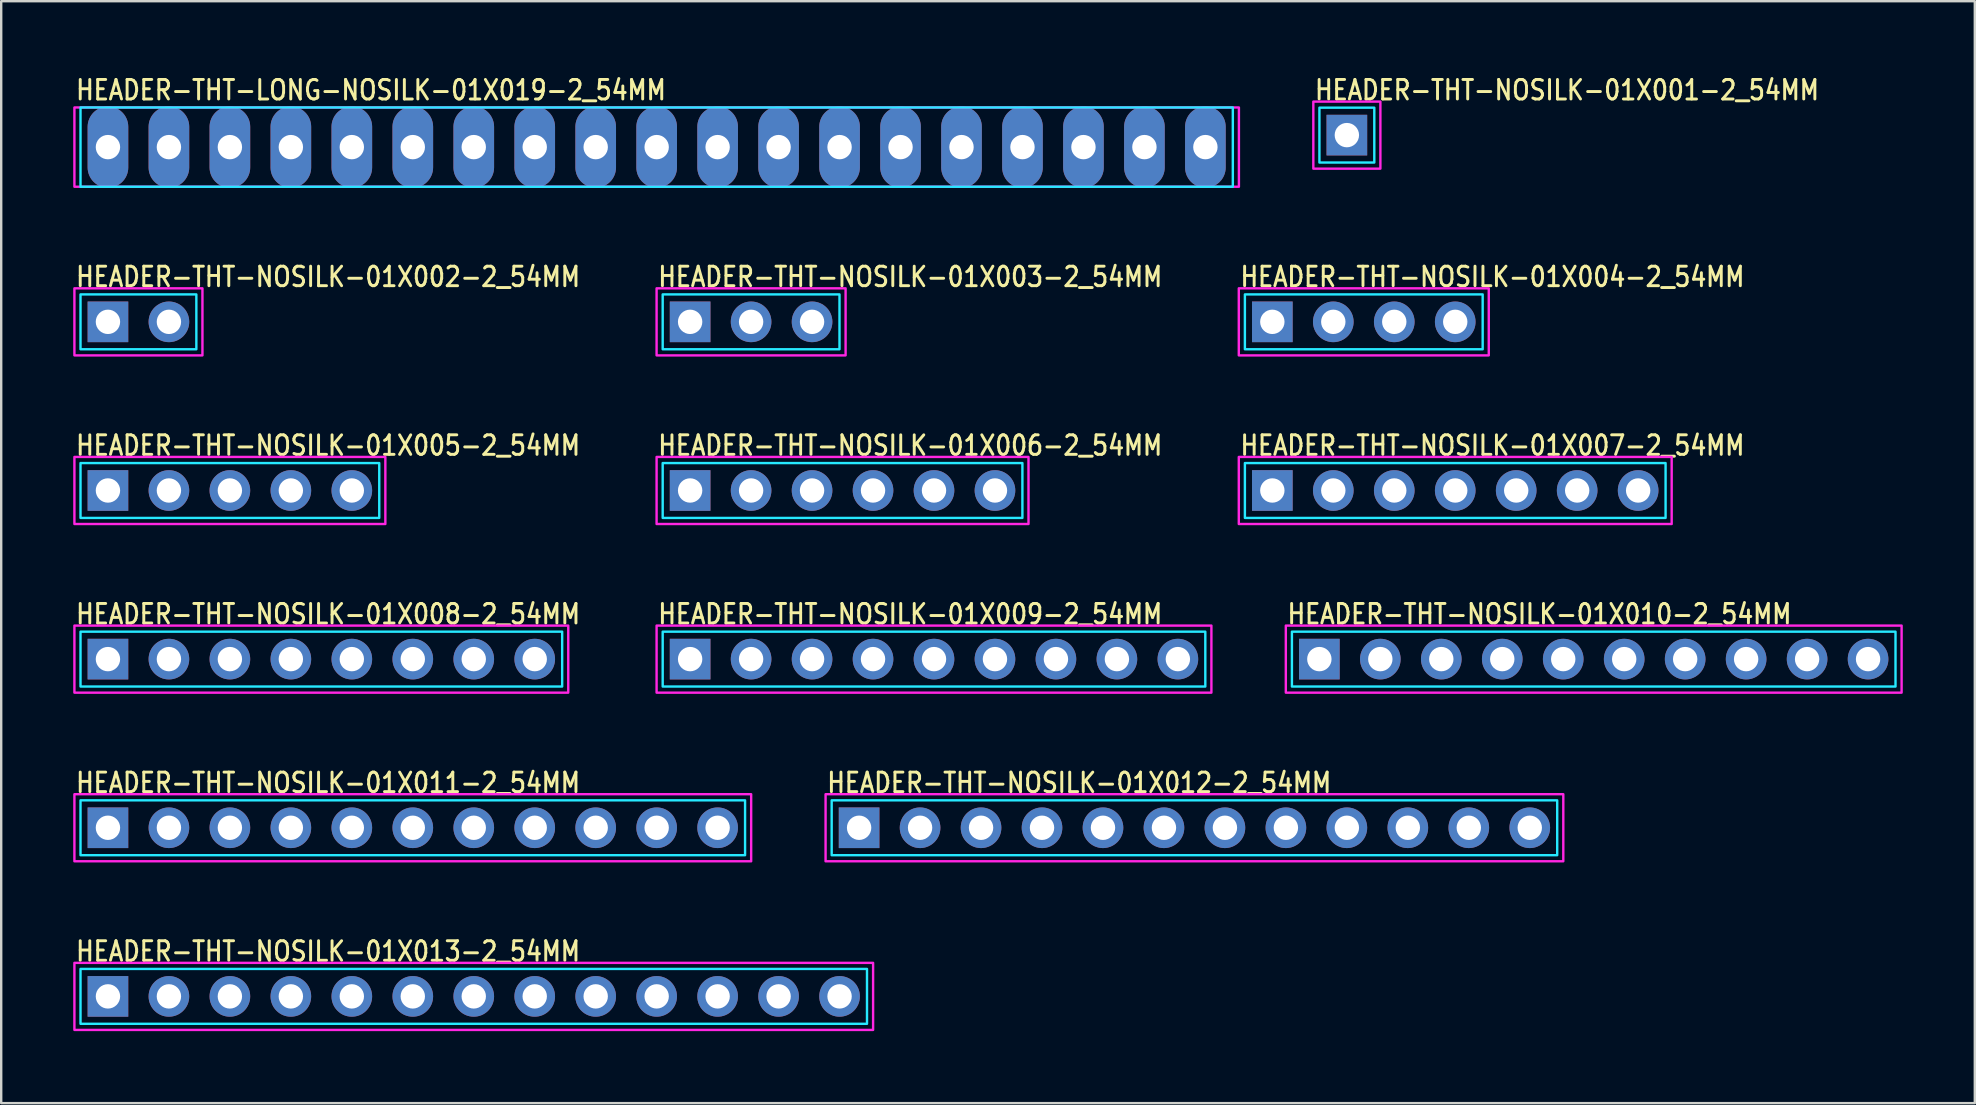
<source format=kicad_pcb>
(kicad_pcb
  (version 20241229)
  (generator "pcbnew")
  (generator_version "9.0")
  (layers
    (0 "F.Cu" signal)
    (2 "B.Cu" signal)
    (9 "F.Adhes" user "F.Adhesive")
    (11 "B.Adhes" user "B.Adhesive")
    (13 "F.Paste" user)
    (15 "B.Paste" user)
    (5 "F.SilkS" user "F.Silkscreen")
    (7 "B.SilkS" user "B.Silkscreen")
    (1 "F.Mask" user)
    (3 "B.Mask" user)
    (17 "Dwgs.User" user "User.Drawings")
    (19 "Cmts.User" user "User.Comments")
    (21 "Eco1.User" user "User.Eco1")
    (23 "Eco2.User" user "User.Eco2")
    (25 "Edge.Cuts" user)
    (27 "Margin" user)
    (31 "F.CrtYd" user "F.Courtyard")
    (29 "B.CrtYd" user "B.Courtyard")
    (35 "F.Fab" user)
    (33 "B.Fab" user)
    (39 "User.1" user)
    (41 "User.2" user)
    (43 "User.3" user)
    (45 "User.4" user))
  (footprint "HEADER-THT-NOSILK-01X004-2_54MM"
    (layer "F.Cu")
    (at 49.956 10.358)
    (property "Reference" "HEADER-THT-NOSILK-01X004-2_54MM" (at -1.4 -1.4 0) (unlocked yes) (layer "F.SilkS") (effects (font (size 0.813 0.695) (thickness 0.122)) (justify left bottom)))
    (fp_poly (pts (xy -1.143 -1.143) (xy 8.763 -1.143) (xy 8.763 1.143) (xy -1.143 1.143)) (stroke (width 0.1) (type solid)) (fill no) (layer "B.CrtYd"))
    (fp_poly (pts (xy -1.397 -1.397) (xy 9.017 -1.397) (xy 9.017 1.397) (xy -1.397 1.397)) (stroke (width 0.1) (type solid)) (fill no) (layer "F.CrtYd"))
    (pad "1" thru_hole rect (at 0 0) (size 1.693 1.693) (drill 1.016) (layers "*.Cu" "*.Mask"))
    (pad "2" thru_hole oval (at 2.54 0) (size 1.693 1.693) (drill 1.016) (layers "*.Cu" "*.Mask"))
    (pad "3" thru_hole oval (at 5.08 0) (size 1.693 1.693) (drill 1.016) (layers "*.Cu" "*.Mask"))
    (pad "4" thru_hole oval (at 7.62 0) (size 1.693 1.693) (drill 1.016) (layers "*.Cu" "*.Mask")))
  (footprint "HEADER-THT-NOSILK-01X001-2_54MM"
    (layer "F.Cu")
    (at 53.061 2.579)
    (property "Reference" "HEADER-THT-NOSILK-01X001-2_54MM" (at -1.4 -1.4 0) (unlocked yes) (layer "F.SilkS") (effects (font (size 0.813 0.695) (thickness 0.122)) (justify left bottom)))
    (fp_poly (pts (xy -1.143 -1.143) (xy 1.143 -1.143) (xy 1.143 1.143) (xy -1.143 1.143)) (stroke (width 0.1) (type solid)) (fill no) (layer "B.CrtYd"))
    (fp_poly (pts (xy -1.397 -1.397) (xy 1.397 -1.397) (xy 1.397 1.397) (xy -1.397 1.397)) (stroke (width 0.1) (type solid)) (fill no) (layer "F.CrtYd"))
    (pad "1" thru_hole rect (at 0 0) (size 1.693 1.693) (drill 1.016) (layers "*.Cu" "*.Mask")))
  (footprint "HEADER-THT-NOSILK-01X007-2_54MM"
    (layer "F.Cu")
    (at 49.956 17.384)
    (property "Reference" "HEADER-THT-NOSILK-01X007-2_54MM" (at -1.4 -1.4 0) (unlocked yes) (layer "F.SilkS") (effects (font (size 0.813 0.695) (thickness 0.122)) (justify left bottom)))
    (fp_poly (pts (xy -1.143 -1.143) (xy 16.383 -1.143) (xy 16.383 1.143) (xy -1.143 1.143)) (stroke (width 0.1) (type solid)) (fill no) (layer "B.CrtYd"))
    (fp_poly (pts (xy -1.397 -1.397) (xy 16.637 -1.397) (xy 16.637 1.397) (xy -1.397 1.397)) (stroke (width 0.1) (type solid)) (fill no) (layer "F.CrtYd"))
    (pad "1" thru_hole rect (at 0 0) (size 1.693 1.693) (drill 1.016) (layers "*.Cu" "*.Mask"))
    (pad "2" thru_hole oval (at 2.54 0) (size 1.693 1.693) (drill 1.016) (layers "*.Cu" "*.Mask"))
    (pad "3" thru_hole oval (at 5.08 0) (size 1.693 1.693) (drill 1.016) (layers "*.Cu" "*.Mask"))
    (pad "4" thru_hole oval (at 7.62 0) (size 1.693 1.693) (drill 1.016) (layers "*.Cu" "*.Mask"))
    (pad "5" thru_hole oval (at 10.16 0) (size 1.693 1.693) (drill 1.016) (layers "*.Cu" "*.Mask"))
    (pad "6" thru_hole oval (at 12.7 0) (size 1.693 1.693) (drill 1.016) (layers "*.Cu" "*.Mask"))
    (pad "7" thru_hole oval (at 15.24 0) (size 1.693 1.693) (drill 1.016) (layers "*.Cu" "*.Mask")))
  (footprint "HEADER-THT-NOSILK-01X009-2_54MM"
    (layer "F.Cu")
    (at 25.701 24.409)
    (property "Reference" "HEADER-THT-NOSILK-01X009-2_54MM" (at -1.4 -1.4 0) (unlocked yes) (layer "F.SilkS") (effects (font (size 0.813 0.695) (thickness 0.122)) (justify left bottom)))
    (fp_poly (pts (xy -1.143 -1.143) (xy 21.463 -1.143) (xy 21.463 1.143) (xy -1.143 1.143)) (stroke (width 0.1) (type solid)) (fill no) (layer "B.CrtYd"))
    (fp_poly (pts (xy -1.397 -1.397) (xy 21.717 -1.397) (xy 21.717 1.397) (xy -1.397 1.397)) (stroke (width 0.1) (type solid)) (fill no) (layer "F.CrtYd"))
    (pad "1" thru_hole rect (at 0 0) (size 1.693 1.693) (drill 1.016) (layers "*.Cu" "*.Mask"))
    (pad "2" thru_hole oval (at 2.54 0) (size 1.693 1.693) (drill 1.016) (layers "*.Cu" "*.Mask"))
    (pad "3" thru_hole oval (at 5.08 0) (size 1.693 1.693) (drill 1.016) (layers "*.Cu" "*.Mask"))
    (pad "4" thru_hole oval (at 7.62 0) (size 1.693 1.693) (drill 1.016) (layers "*.Cu" "*.Mask"))
    (pad "5" thru_hole oval (at 10.16 0) (size 1.693 1.693) (drill 1.016) (layers "*.Cu" "*.Mask"))
    (pad "6" thru_hole oval (at 12.7 0) (size 1.693 1.693) (drill 1.016) (layers "*.Cu" "*.Mask"))
    (pad "7" thru_hole oval (at 15.24 0) (size 1.693 1.693) (drill 1.016) (layers "*.Cu" "*.Mask"))
    (pad "8" thru_hole oval (at 17.78 0) (size 1.693 1.693) (drill 1.016) (layers "*.Cu" "*.Mask"))
    (pad "9" thru_hole oval (at 20.32 0) (size 1.693 1.693) (drill 1.016) (layers "*.Cu" "*.Mask")))
  (footprint "HEADER-THT-NOSILK-01X008-2_54MM"
    (layer "F.Cu")
    (at 1.447 24.409)
    (property "Reference" "HEADER-THT-NOSILK-01X008-2_54MM" (at -1.4 -1.4 0) (unlocked yes) (layer "F.SilkS") (effects (font (size 0.813 0.695) (thickness 0.122)) (justify left bottom)))
    (fp_poly (pts (xy -1.143 -1.143) (xy 18.923 -1.143) (xy 18.923 1.143) (xy -1.143 1.143)) (stroke (width 0.1) (type solid)) (fill no) (layer "B.CrtYd"))
    (fp_poly (pts (xy -1.397 -1.397) (xy 19.177 -1.397) (xy 19.177 1.397) (xy -1.397 1.397)) (stroke (width 0.1) (type solid)) (fill no) (layer "F.CrtYd"))
    (pad "P$1" thru_hole rect (at 0 0) (size 1.693 1.693) (drill 1.016) (layers "*.Cu" "*.Mask"))
    (pad "P$2" thru_hole oval (at 2.54 0) (size 1.693 1.693) (drill 1.016) (layers "*.Cu" "*.Mask"))
    (pad "P$3" thru_hole oval (at 5.08 0) (size 1.693 1.693) (drill 1.016) (layers "*.Cu" "*.Mask"))
    (pad "P$4" thru_hole oval (at 7.62 0) (size 1.693 1.693) (drill 1.016) (layers "*.Cu" "*.Mask"))
    (pad "P$5" thru_hole oval (at 10.16 0) (size 1.693 1.693) (drill 1.016) (layers "*.Cu" "*.Mask"))
    (pad "P$6" thru_hole oval (at 12.7 0) (size 1.693 1.693) (drill 1.016) (layers "*.Cu" "*.Mask"))
    (pad "P$7" thru_hole oval (at 15.24 0) (size 1.693 1.693) (drill 1.016) (layers "*.Cu" "*.Mask"))
    (pad "P$8" thru_hole oval (at 17.78 0) (size 1.693 1.693) (drill 1.016) (layers "*.Cu" "*.Mask")))
  (footprint "HEADER-THT-NOSILK-01X012-2_54MM"
    (layer "F.Cu")
    (at 32.741 31.435)
    (property "Reference" "HEADER-THT-NOSILK-01X012-2_54MM" (at -1.4 -1.4 0) (unlocked yes) (layer "F.SilkS") (effects (font (size 0.813 0.695) (thickness 0.122)) (justify left bottom)))
    (fp_poly (pts (xy -1.143 -1.143) (xy 29.083 -1.143) (xy 29.083 1.143) (xy -1.143 1.143)) (stroke (width 0.1) (type solid)) (fill no) (layer "B.CrtYd"))
    (fp_poly (pts (xy -1.397 -1.397) (xy 29.337 -1.397) (xy 29.337 1.397) (xy -1.397 1.397)) (stroke (width 0.1) (type solid)) (fill no) (layer "F.CrtYd"))
    (pad "1" thru_hole rect (at 0 0) (size 1.693 1.693) (drill 1.016) (layers "*.Cu" "*.Mask"))
    (pad "2" thru_hole oval (at 2.54 0) (size 1.693 1.693) (drill 1.016) (layers "*.Cu" "*.Mask"))
    (pad "3" thru_hole oval (at 5.08 0) (size 1.693 1.693) (drill 1.016) (layers "*.Cu" "*.Mask"))
    (pad "4" thru_hole oval (at 7.62 0) (size 1.693 1.693) (drill 1.016) (layers "*.Cu" "*.Mask"))
    (pad "5" thru_hole oval (at 10.16 0) (size 1.693 1.693) (drill 1.016) (layers "*.Cu" "*.Mask"))
    (pad "6" thru_hole oval (at 12.7 0) (size 1.693 1.693) (drill 1.016) (layers "*.Cu" "*.Mask"))
    (pad "7" thru_hole oval (at 15.24 0) (size 1.693 1.693) (drill 1.016) (layers "*.Cu" "*.Mask"))
    (pad "8" thru_hole oval (at 17.78 0) (size 1.693 1.693) (drill 1.016) (layers "*.Cu" "*.Mask"))
    (pad "9" thru_hole oval (at 20.32 0) (size 1.693 1.693) (drill 1.016) (layers "*.Cu" "*.Mask"))
    (pad "10" thru_hole oval (at 22.86 0) (size 1.693 1.693) (drill 1.016) (layers "*.Cu" "*.Mask"))
    (pad "11" thru_hole oval (at 25.4 0) (size 1.693 1.693) (drill 1.016) (layers "*.Cu" "*.Mask"))
    (pad "12" thru_hole oval (at 27.94 0) (size 1.693 1.693) (drill 1.016) (layers "*.Cu" "*.Mask")))
  (footprint "HEADER-THT-NOSILK-01X002-2_54MM"
    (layer "F.Cu")
    (at 1.447 10.358)
    (property "Reference" "HEADER-THT-NOSILK-01X002-2_54MM" (at -1.4 -1.4 0) (unlocked yes) (layer "F.SilkS") (effects (font (size 0.813 0.695) (thickness 0.122)) (justify left bottom)))
    (fp_poly (pts (xy -1.143 -1.143) (xy 3.683 -1.143) (xy 3.683 1.143) (xy -1.143 1.143)) (stroke (width 0.1) (type solid)) (fill no) (layer "B.CrtYd"))
    (fp_poly (pts (xy -1.397 -1.397) (xy 3.937 -1.397) (xy 3.937 1.397) (xy -1.397 1.397)) (stroke (width 0.1) (type solid)) (fill no) (layer "F.CrtYd"))
    (pad "1" thru_hole rect (at 0 0) (size 1.693 1.693) (drill 1.016) (layers "*.Cu" "*.Mask"))
    (pad "2" thru_hole oval (at 2.54 0) (size 1.693 1.693) (drill 1.016) (layers "*.Cu" "*.Mask")))
  (footprint "HEADER-THT-NOSILK-01X011-2_54MM"
    (layer "F.Cu")
    (at 1.447 31.435)
    (property "Reference" "HEADER-THT-NOSILK-01X011-2_54MM" (at -1.4 -1.4 0) (unlocked yes) (layer "F.SilkS") (effects (font (size 0.813 0.695) (thickness 0.122)) (justify left bottom)))
    (fp_poly (pts (xy -1.143 -1.143) (xy 26.543 -1.143) (xy 26.543 1.143) (xy -1.143 1.143)) (stroke (width 0.1) (type solid)) (fill no) (layer "B.CrtYd"))
    (fp_poly (pts (xy -1.397 -1.397) (xy 26.797 -1.397) (xy 26.797 1.397) (xy -1.397 1.397)) (stroke (width 0.1) (type solid)) (fill no) (layer "F.CrtYd"))
    (pad "1" thru_hole rect (at 0 0) (size 1.693 1.693) (drill 1.016) (layers "*.Cu" "*.Mask"))
    (pad "2" thru_hole oval (at 2.54 0) (size 1.693 1.693) (drill 1.016) (layers "*.Cu" "*.Mask"))
    (pad "3" thru_hole oval (at 5.08 0) (size 1.693 1.693) (drill 1.016) (layers "*.Cu" "*.Mask"))
    (pad "4" thru_hole oval (at 7.62 0) (size 1.693 1.693) (drill 1.016) (layers "*.Cu" "*.Mask"))
    (pad "5" thru_hole oval (at 10.16 0) (size 1.693 1.693) (drill 1.016) (layers "*.Cu" "*.Mask"))
    (pad "6" thru_hole oval (at 12.7 0) (size 1.693 1.693) (drill 1.016) (layers "*.Cu" "*.Mask"))
    (pad "7" thru_hole oval (at 15.24 0) (size 1.693 1.693) (drill 1.016) (layers "*.Cu" "*.Mask"))
    (pad "8" thru_hole oval (at 17.78 0) (size 1.693 1.693) (drill 1.016) (layers "*.Cu" "*.Mask"))
    (pad "9" thru_hole oval (at 20.32 0) (size 1.693 1.693) (drill 1.016) (layers "*.Cu" "*.Mask"))
    (pad "10" thru_hole oval (at 22.86 0) (size 1.693 1.693) (drill 1.016) (layers "*.Cu" "*.Mask"))
    (pad "11" thru_hole oval (at 25.4 0) (size 1.693 1.693) (drill 1.016) (layers "*.Cu" "*.Mask")))
  (footprint "HEADER-THT-NOSILK-01X005-2_54MM"
    (layer "F.Cu")
    (at 1.447 17.384)
    (property "Reference" "HEADER-THT-NOSILK-01X005-2_54MM" (at -1.4 -1.4 0) (unlocked yes) (layer "F.SilkS") (effects (font (size 0.813 0.695) (thickness 0.122)) (justify left bottom)))
    (fp_poly (pts (xy -1.143 -1.143) (xy 11.303 -1.143) (xy 11.303 1.143) (xy -1.143 1.143)) (stroke (width 0.1) (type solid)) (fill no) (layer "B.CrtYd"))
    (fp_poly (pts (xy -1.397 -1.397) (xy 11.557 -1.397) (xy 11.557 1.397) (xy -1.397 1.397)) (stroke (width 0.1) (type solid)) (fill no) (layer "F.CrtYd"))
    (pad "1" thru_hole rect (at 0 0) (size 1.693 1.693) (drill 1.016) (layers "*.Cu" "*.Mask"))
    (pad "2" thru_hole oval (at 2.54 0) (size 1.693 1.693) (drill 1.016) (layers "*.Cu" "*.Mask"))
    (pad "3" thru_hole oval (at 5.08 0) (size 1.693 1.693) (drill 1.016) (layers "*.Cu" "*.Mask"))
    (pad "4" thru_hole oval (at 7.62 0) (size 1.693 1.693) (drill 1.016) (layers "*.Cu" "*.Mask"))
    (pad "5" thru_hole oval (at 10.16 0) (size 1.693 1.693) (drill 1.016) (layers "*.Cu" "*.Mask")))
  (footprint "HEADER-THT-LONG-NOSILK-01X019-2_54MM"
    (layer "F.Cu")
    (at 1.447 3.079)
    (property "Reference" "HEADER-THT-LONG-NOSILK-01X019-2_54MM" (at -1.4 -1.9 0) (unlocked yes) (layer "F.SilkS") (effects (font (size 0.813 0.695) (thickness 0.122)) (justify left bottom)))
    (fp_poly (pts (xy -1.143 -1.651) (xy 46.863 -1.651) (xy 46.863 1.651) (xy -1.143 1.651)) (stroke (width 0.1) (type solid)) (fill no) (layer "B.CrtYd"))
    (fp_poly (pts (xy -1.397 -1.651) (xy 47.117 -1.651) (xy 47.117 1.651) (xy -1.397 1.651)) (stroke (width 0.1) (type solid)) (fill no) (layer "F.CrtYd"))
    (pad "P$1" thru_hole oval (at 0 0 90) (size 3.387 1.693) (drill 1.016) (layers "*.Cu" "*.Mask"))
    (pad "P$2" thru_hole oval (at 2.54 0 90) (size 3.387 1.693) (drill 1.016) (layers "*.Cu" "*.Mask"))
    (pad "P$3" thru_hole oval (at 5.08 0 90) (size 3.387 1.693) (drill 1.016) (layers "*.Cu" "*.Mask"))
    (pad "P$4" thru_hole oval (at 7.62 0 90) (size 3.387 1.693) (drill 1.016) (layers "*.Cu" "*.Mask"))
    (pad "P$5" thru_hole oval (at 10.16 0 90) (size 3.387 1.693) (drill 1.016) (layers "*.Cu" "*.Mask"))
    (pad "P$6" thru_hole oval (at 12.7 0 90) (size 3.387 1.693) (drill 1.016) (layers "*.Cu" "*.Mask"))
    (pad "P$7" thru_hole oval (at 15.24 0 90) (size 3.387 1.693) (drill 1.016) (layers "*.Cu" "*.Mask"))
    (pad "P$8" thru_hole oval (at 17.78 0 90) (size 3.387 1.693) (drill 1.016) (layers "*.Cu" "*.Mask"))
    (pad "P$9" thru_hole oval (at 20.32 0 90) (size 3.387 1.693) (drill 1.016) (layers "*.Cu" "*.Mask"))
    (pad "P$10" thru_hole oval (at 22.86 0 90) (size 3.387 1.693) (drill 1.016) (layers "*.Cu" "*.Mask"))
    (pad "P$11" thru_hole oval (at 25.4 0 90) (size 3.387 1.693) (drill 1.016) (layers "*.Cu" "*.Mask"))
    (pad "P$12" thru_hole oval (at 27.94 0 90) (size 3.387 1.693) (drill 1.016) (layers "*.Cu" "*.Mask"))
    (pad "P$13" thru_hole oval (at 30.48 0 90) (size 3.387 1.693) (drill 1.016) (layers "*.Cu" "*.Mask"))
    (pad "P$14" thru_hole oval (at 33.02 0 90) (size 3.387 1.693) (drill 1.016) (layers "*.Cu" "*.Mask"))
    (pad "P$15" thru_hole oval (at 35.56 0 90) (size 3.387 1.693) (drill 1.016) (layers "*.Cu" "*.Mask"))
    (pad "P$16" thru_hole oval (at 38.1 0 90) (size 3.387 1.693) (drill 1.016) (layers "*.Cu" "*.Mask"))
    (pad "P$17" thru_hole oval (at 40.64 0 90) (size 3.387 1.693) (drill 1.016) (layers "*.Cu" "*.Mask"))
    (pad "P$18" thru_hole oval (at 43.18 0 90) (size 3.387 1.693) (drill 1.016) (layers "*.Cu" "*.Mask"))
    (pad "P$19" thru_hole oval (at 45.72 0 90) (size 3.387 1.693) (drill 1.016) (layers "*.Cu" "*.Mask")))
  (footprint "HEADER-THT-NOSILK-01X013-2_54MM"
    (layer "F.Cu")
    (at 1.447 38.46)
    (property "Reference" "HEADER-THT-NOSILK-01X013-2_54MM" (at -1.4 -1.4 0) (unlocked yes) (layer "F.SilkS") (effects (font (size 0.813 0.695) (thickness 0.122)) (justify left bottom)))
    (fp_poly (pts (xy -1.143 -1.143) (xy 31.623 -1.143) (xy 31.623 1.143) (xy -1.143 1.143)) (stroke (width 0.1) (type solid)) (fill no) (layer "B.CrtYd"))
    (fp_poly (pts (xy -1.397 -1.397) (xy 31.877 -1.397) (xy 31.877 1.397) (xy -1.397 1.397)) (stroke (width 0.1) (type solid)) (fill no) (layer "F.CrtYd"))
    (pad "1" thru_hole rect (at 0 0) (size 1.693 1.693) (drill 1.016) (layers "*.Cu" "*.Mask"))
    (pad "2" thru_hole oval (at 2.54 0) (size 1.693 1.693) (drill 1.016) (layers "*.Cu" "*.Mask"))
    (pad "3" thru_hole oval (at 5.08 0) (size 1.693 1.693) (drill 1.016) (layers "*.Cu" "*.Mask"))
    (pad "4" thru_hole oval (at 7.62 0) (size 1.693 1.693) (drill 1.016) (layers "*.Cu" "*.Mask"))
    (pad "5" thru_hole oval (at 10.16 0) (size 1.693 1.693) (drill 1.016) (layers "*.Cu" "*.Mask"))
    (pad "6" thru_hole oval (at 12.7 0) (size 1.693 1.693) (drill 1.016) (layers "*.Cu" "*.Mask"))
    (pad "7" thru_hole oval (at 15.24 0) (size 1.693 1.693) (drill 1.016) (layers "*.Cu" "*.Mask"))
    (pad "8" thru_hole oval (at 17.78 0) (size 1.693 1.693) (drill 1.016) (layers "*.Cu" "*.Mask"))
    (pad "9" thru_hole oval (at 20.32 0) (size 1.693 1.693) (drill 1.016) (layers "*.Cu" "*.Mask"))
    (pad "10" thru_hole oval (at 22.86 0) (size 1.693 1.693) (drill 1.016) (layers "*.Cu" "*.Mask"))
    (pad "11" thru_hole oval (at 25.4 0) (size 1.693 1.693) (drill 1.016) (layers "*.Cu" "*.Mask"))
    (pad "12" thru_hole oval (at 27.94 0) (size 1.693 1.693) (drill 1.016) (layers "*.Cu" "*.Mask"))
    (pad "13" thru_hole oval (at 30.48 0) (size 1.693 1.693) (drill 1.016) (layers "*.Cu" "*.Mask")))
  (footprint "HEADER-THT-NOSILK-01X003-2_54MM"
    (layer "F.Cu")
    (at 25.701 10.358)
    (property "Reference" "HEADER-THT-NOSILK-01X003-2_54MM" (at -1.4 -1.4 0) (unlocked yes) (layer "F.SilkS") (effects (font (size 0.813 0.695) (thickness 0.122)) (justify left bottom)))
    (fp_poly (pts (xy -1.143 -1.143) (xy 6.223 -1.143) (xy 6.223 1.143) (xy -1.143 1.143)) (stroke (width 0.1) (type solid)) (fill no) (layer "B.CrtYd"))
    (fp_poly (pts (xy -1.397 -1.397) (xy 6.477 -1.397) (xy 6.477 1.397) (xy -1.397 1.397)) (stroke (width 0.1) (type solid)) (fill no) (layer "F.CrtYd"))
    (pad "P$1" thru_hole rect (at 0 0) (size 1.693 1.693) (drill 1.016) (layers "*.Cu" "*.Mask"))
    (pad "P$2" thru_hole oval (at 2.54 0) (size 1.693 1.693) (drill 1.016) (layers "*.Cu" "*.Mask"))
    (pad "P$3" thru_hole oval (at 5.08 0) (size 1.693 1.693) (drill 1.016) (layers "*.Cu" "*.Mask")))
  (footprint "HEADER-THT-NOSILK-01X006-2_54MM"
    (layer "F.Cu")
    (at 25.701 17.384)
    (property "Reference" "HEADER-THT-NOSILK-01X006-2_54MM" (at -1.4 -1.4 0) (unlocked yes) (layer "F.SilkS") (effects (font (size 0.813 0.695) (thickness 0.122)) (justify left bottom)))
    (fp_poly (pts (xy -1.143 -1.143) (xy 13.843 -1.143) (xy 13.843 1.143) (xy -1.143 1.143)) (stroke (width 0.1) (type solid)) (fill no) (layer "B.CrtYd"))
    (fp_poly (pts (xy -1.397 -1.397) (xy 14.097 -1.397) (xy 14.097 1.397) (xy -1.397 1.397)) (stroke (width 0.1) (type solid)) (fill no) (layer "F.CrtYd"))
    (pad "P$1" thru_hole rect (at 0 0) (size 1.693 1.693) (drill 1.016) (layers "*.Cu" "*.Mask"))
    (pad "P$2" thru_hole oval (at 2.54 0) (size 1.693 1.693) (drill 1.016) (layers "*.Cu" "*.Mask"))
    (pad "P$3" thru_hole oval (at 5.08 0) (size 1.693 1.693) (drill 1.016) (layers "*.Cu" "*.Mask"))
    (pad "P$4" thru_hole oval (at 7.62 0) (size 1.693 1.693) (drill 1.016) (layers "*.Cu" "*.Mask"))
    (pad "P$5" thru_hole oval (at 10.16 0) (size 1.693 1.693) (drill 1.016) (layers "*.Cu" "*.Mask"))
    (pad "P$6" thru_hole oval (at 12.7 0) (size 1.693 1.693) (drill 1.016) (layers "*.Cu" "*.Mask")))
  (footprint "HEADER-THT-NOSILK-01X010-2_54MM"
    (layer "F.Cu")
    (at 51.915 24.409)
    (property "Reference" "HEADER-THT-NOSILK-01X010-2_54MM" (at -1.4 -1.4 0) (unlocked yes) (layer "F.SilkS") (effects (font (size 0.813 0.695) (thickness 0.122)) (justify left bottom)))
    (fp_poly (pts (xy -1.143 -1.143) (xy 24.003 -1.143) (xy 24.003 1.143) (xy -1.143 1.143)) (stroke (width 0.1) (type solid)) (fill no) (layer "B.CrtYd"))
    (fp_poly (pts (xy -1.397 -1.397) (xy 24.257 -1.397) (xy 24.257 1.397) (xy -1.397 1.397)) (stroke (width 0.1) (type solid)) (fill no) (layer "F.CrtYd"))
    (pad "1" thru_hole rect (at 0 0) (size 1.693 1.693) (drill 1.016) (layers "*.Cu" "*.Mask"))
    (pad "2" thru_hole oval (at 2.54 0) (size 1.693 1.693) (drill 1.016) (layers "*.Cu" "*.Mask"))
    (pad "3" thru_hole oval (at 5.08 0) (size 1.693 1.693) (drill 1.016) (layers "*.Cu" "*.Mask"))
    (pad "4" thru_hole oval (at 7.62 0) (size 1.693 1.693) (drill 1.016) (layers "*.Cu" "*.Mask"))
    (pad "5" thru_hole oval (at 10.16 0) (size 1.693 1.693) (drill 1.016) (layers "*.Cu" "*.Mask"))
    (pad "6" thru_hole oval (at 12.7 0) (size 1.693 1.693) (drill 1.016) (layers "*.Cu" "*.Mask"))
    (pad "7" thru_hole oval (at 15.24 0) (size 1.693 1.693) (drill 1.016) (layers "*.Cu" "*.Mask"))
    (pad "8" thru_hole oval (at 17.78 0) (size 1.693 1.693) (drill 1.016) (layers "*.Cu" "*.Mask"))
    (pad "9" thru_hole oval (at 20.32 0) (size 1.693 1.693) (drill 1.016) (layers "*.Cu" "*.Mask"))
    (pad "10" thru_hole oval (at 22.86 0) (size 1.693 1.693) (drill 1.016) (layers "*.Cu" "*.Mask")))
  (gr_rect
    (start -3 -3)
    (end 79.222 42.907)
    (stroke (width 0.1) (type default))
    (fill no)
    (layer "Edge.Cuts")))
</source>
